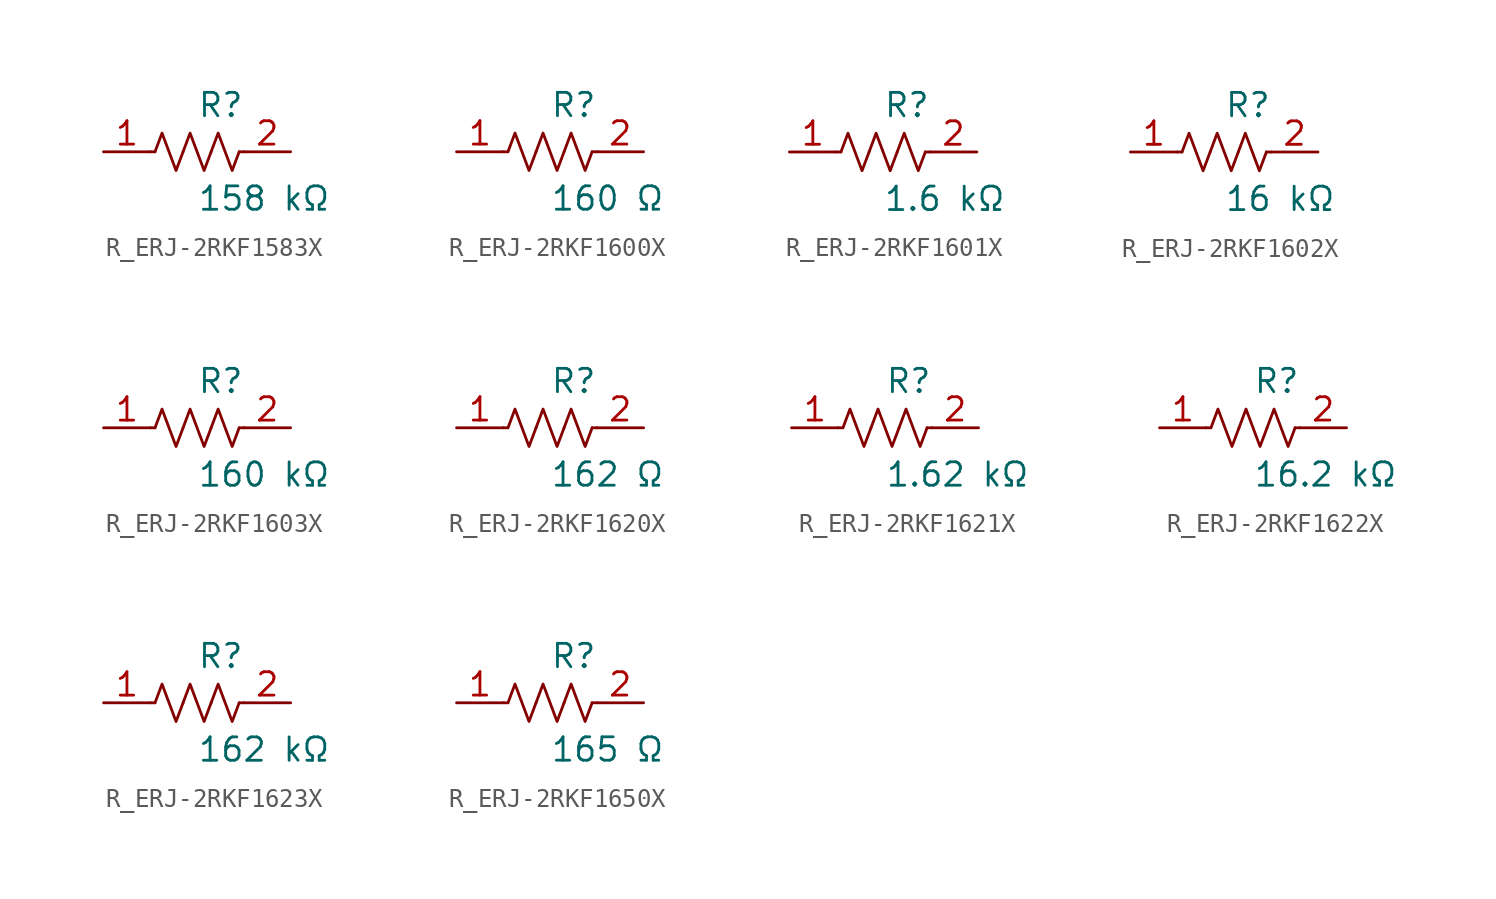
<source format=kicad_sym>
(kicad_symbol_lib
  (version 20231120)
  (generator kicad_symbol_editor)
  (generator_version 8.0)
  (symbol "R_ERJ-2RKF1583X"
    (pin_names
      (offset 0.254))
    (property "Reference" "R"
      (at 0 2.54 0)
      (effects (font (size 1.27 1.27)) (justify left)))
    (property "Value" "158 kΩ"
      (at 0 -2.54 0)
      (effects (font (size 1.27 1.27)) (justify left)))
    (symbol "R_ERJ-2RKF1583X_0_1"
      (polyline (pts (xy 2.286 0) (xy 2.54 0)) (stroke (width 0) (type default)) (fill (type none)))
      (polyline (pts (xy -2.286 0) (xy -2.54 0)) (stroke (width 0) (type default)) (fill (type none)))
      (polyline (pts (xy 0.762 0) (xy 1.143 1.016) (xy 1.524 0) (xy 1.905 -1.016) (xy 2.286 0)) (stroke (width 0) (type default)) (fill (type none)))
      (polyline (pts (xy -0.762 0) (xy -0.381 1.016) (xy 0 0) (xy 0.381 -1.016) (xy 0.762 0)) (stroke (width 0) (type default)) (fill (type none)))
      (polyline (pts (xy -2.286 0) (xy -1.905 1.016) (xy -1.524 0) (xy -1.143 -1.016) (xy -0.762 0)) (stroke (width 0) (type default)) (fill (type none))))
    (pin passive line
      (at -5.08 0 0)
      (length 2.54)
      (name "" (effects (font (size 1.27 1.27))))
      (number "1" (effects (font (size 1.27 1.27)))))
    (pin passive line
      (at 5.08 0 180)
      (length 2.54)
      (name "" (effects (font (size 1.27 1.27))))
      (number "2" (effects (font (size 1.27 1.27))))))
  (symbol "R_ERJ-2RKF1600X"
    (pin_names
      (offset 0.254))
    (property "Reference" "R"
      (at 0 2.54 0)
      (effects (font (size 1.27 1.27)) (justify left)))
    (property "Value" "160 Ω"
      (at 0 -2.54 0)
      (effects (font (size 1.27 1.27)) (justify left)))
    (symbol "R_ERJ-2RKF1600X_0_1"
      (polyline (pts (xy 2.286 0) (xy 2.54 0)) (stroke (width 0) (type default)) (fill (type none)))
      (polyline (pts (xy -2.286 0) (xy -2.54 0)) (stroke (width 0) (type default)) (fill (type none)))
      (polyline (pts (xy 0.762 0) (xy 1.143 1.016) (xy 1.524 0) (xy 1.905 -1.016) (xy 2.286 0)) (stroke (width 0) (type default)) (fill (type none)))
      (polyline (pts (xy -0.762 0) (xy -0.381 1.016) (xy 0 0) (xy 0.381 -1.016) (xy 0.762 0)) (stroke (width 0) (type default)) (fill (type none)))
      (polyline (pts (xy -2.286 0) (xy -1.905 1.016) (xy -1.524 0) (xy -1.143 -1.016) (xy -0.762 0)) (stroke (width 0) (type default)) (fill (type none))))
    (pin passive line
      (at -5.08 0 0)
      (length 2.54)
      (name "" (effects (font (size 1.27 1.27))))
      (number "1" (effects (font (size 1.27 1.27)))))
    (pin passive line
      (at 5.08 0 180)
      (length 2.54)
      (name "" (effects (font (size 1.27 1.27))))
      (number "2" (effects (font (size 1.27 1.27))))))
  (symbol "R_ERJ-2RKF1601X"
    (pin_names
      (offset 0.254))
    (property "Reference" "R"
      (at 0 2.54 0)
      (effects (font (size 1.27 1.27)) (justify left)))
    (property "Value" "1.6 kΩ"
      (at 0 -2.54 0)
      (effects (font (size 1.27 1.27)) (justify left)))
    (symbol "R_ERJ-2RKF1601X_0_1"
      (polyline (pts (xy 2.286 0) (xy 2.54 0)) (stroke (width 0) (type default)) (fill (type none)))
      (polyline (pts (xy -2.286 0) (xy -2.54 0)) (stroke (width 0) (type default)) (fill (type none)))
      (polyline (pts (xy 0.762 0) (xy 1.143 1.016) (xy 1.524 0) (xy 1.905 -1.016) (xy 2.286 0)) (stroke (width 0) (type default)) (fill (type none)))
      (polyline (pts (xy -0.762 0) (xy -0.381 1.016) (xy 0 0) (xy 0.381 -1.016) (xy 0.762 0)) (stroke (width 0) (type default)) (fill (type none)))
      (polyline (pts (xy -2.286 0) (xy -1.905 1.016) (xy -1.524 0) (xy -1.143 -1.016) (xy -0.762 0)) (stroke (width 0) (type default)) (fill (type none))))
    (pin passive line
      (at -5.08 0 0)
      (length 2.54)
      (name "" (effects (font (size 1.27 1.27))))
      (number "1" (effects (font (size 1.27 1.27)))))
    (pin passive line
      (at 5.08 0 180)
      (length 2.54)
      (name "" (effects (font (size 1.27 1.27))))
      (number "2" (effects (font (size 1.27 1.27))))))
  (symbol "R_ERJ-2RKF1602X"
    (pin_names
      (offset 0.254))
    (property "Reference" "R"
      (at 0 2.54 0)
      (effects (font (size 1.27 1.27)) (justify left)))
    (property "Value" "16 kΩ"
      (at 0 -2.54 0)
      (effects (font (size 1.27 1.27)) (justify left)))
    (symbol "R_ERJ-2RKF1602X_0_1"
      (polyline (pts (xy 2.286 0) (xy 2.54 0)) (stroke (width 0) (type default)) (fill (type none)))
      (polyline (pts (xy -2.286 0) (xy -2.54 0)) (stroke (width 0) (type default)) (fill (type none)))
      (polyline (pts (xy 0.762 0) (xy 1.143 1.016) (xy 1.524 0) (xy 1.905 -1.016) (xy 2.286 0)) (stroke (width 0) (type default)) (fill (type none)))
      (polyline (pts (xy -0.762 0) (xy -0.381 1.016) (xy 0 0) (xy 0.381 -1.016) (xy 0.762 0)) (stroke (width 0) (type default)) (fill (type none)))
      (polyline (pts (xy -2.286 0) (xy -1.905 1.016) (xy -1.524 0) (xy -1.143 -1.016) (xy -0.762 0)) (stroke (width 0) (type default)) (fill (type none))))
    (pin passive line
      (at -5.08 0 0)
      (length 2.54)
      (name "" (effects (font (size 1.27 1.27))))
      (number "1" (effects (font (size 1.27 1.27)))))
    (pin passive line
      (at 5.08 0 180)
      (length 2.54)
      (name "" (effects (font (size 1.27 1.27))))
      (number "2" (effects (font (size 1.27 1.27))))))
  (symbol "R_ERJ-2RKF1603X"
    (pin_names
      (offset 0.254))
    (property "Reference" "R"
      (at 0 2.54 0)
      (effects (font (size 1.27 1.27)) (justify left)))
    (property "Value" "160 kΩ"
      (at 0 -2.54 0)
      (effects (font (size 1.27 1.27)) (justify left)))
    (symbol "R_ERJ-2RKF1603X_0_1"
      (polyline (pts (xy 2.286 0) (xy 2.54 0)) (stroke (width 0) (type default)) (fill (type none)))
      (polyline (pts (xy -2.286 0) (xy -2.54 0)) (stroke (width 0) (type default)) (fill (type none)))
      (polyline (pts (xy 0.762 0) (xy 1.143 1.016) (xy 1.524 0) (xy 1.905 -1.016) (xy 2.286 0)) (stroke (width 0) (type default)) (fill (type none)))
      (polyline (pts (xy -0.762 0) (xy -0.381 1.016) (xy 0 0) (xy 0.381 -1.016) (xy 0.762 0)) (stroke (width 0) (type default)) (fill (type none)))
      (polyline (pts (xy -2.286 0) (xy -1.905 1.016) (xy -1.524 0) (xy -1.143 -1.016) (xy -0.762 0)) (stroke (width 0) (type default)) (fill (type none))))
    (pin passive line
      (at -5.08 0 0)
      (length 2.54)
      (name "" (effects (font (size 1.27 1.27))))
      (number "1" (effects (font (size 1.27 1.27)))))
    (pin passive line
      (at 5.08 0 180)
      (length 2.54)
      (name "" (effects (font (size 1.27 1.27))))
      (number "2" (effects (font (size 1.27 1.27))))))
  (symbol "R_ERJ-2RKF1620X"
    (pin_names
      (offset 0.254))
    (property "Reference" "R"
      (at 0 2.54 0)
      (effects (font (size 1.27 1.27)) (justify left)))
    (property "Value" "162 Ω"
      (at 0 -2.54 0)
      (effects (font (size 1.27 1.27)) (justify left)))
    (symbol "R_ERJ-2RKF1620X_0_1"
      (polyline (pts (xy 2.286 0) (xy 2.54 0)) (stroke (width 0) (type default)) (fill (type none)))
      (polyline (pts (xy -2.286 0) (xy -2.54 0)) (stroke (width 0) (type default)) (fill (type none)))
      (polyline (pts (xy 0.762 0) (xy 1.143 1.016) (xy 1.524 0) (xy 1.905 -1.016) (xy 2.286 0)) (stroke (width 0) (type default)) (fill (type none)))
      (polyline (pts (xy -0.762 0) (xy -0.381 1.016) (xy 0 0) (xy 0.381 -1.016) (xy 0.762 0)) (stroke (width 0) (type default)) (fill (type none)))
      (polyline (pts (xy -2.286 0) (xy -1.905 1.016) (xy -1.524 0) (xy -1.143 -1.016) (xy -0.762 0)) (stroke (width 0) (type default)) (fill (type none))))
    (pin passive line
      (at -5.08 0 0)
      (length 2.54)
      (name "" (effects (font (size 1.27 1.27))))
      (number "1" (effects (font (size 1.27 1.27)))))
    (pin passive line
      (at 5.08 0 180)
      (length 2.54)
      (name "" (effects (font (size 1.27 1.27))))
      (number "2" (effects (font (size 1.27 1.27))))))
  (symbol "R_ERJ-2RKF1621X"
    (pin_names
      (offset 0.254))
    (property "Reference" "R"
      (at 0 2.54 0)
      (effects (font (size 1.27 1.27)) (justify left)))
    (property "Value" "1.62 kΩ"
      (at 0 -2.54 0)
      (effects (font (size 1.27 1.27)) (justify left)))
    (symbol "R_ERJ-2RKF1621X_0_1"
      (polyline (pts (xy 2.286 0) (xy 2.54 0)) (stroke (width 0) (type default)) (fill (type none)))
      (polyline (pts (xy -2.286 0) (xy -2.54 0)) (stroke (width 0) (type default)) (fill (type none)))
      (polyline (pts (xy 0.762 0) (xy 1.143 1.016) (xy 1.524 0) (xy 1.905 -1.016) (xy 2.286 0)) (stroke (width 0) (type default)) (fill (type none)))
      (polyline (pts (xy -0.762 0) (xy -0.381 1.016) (xy 0 0) (xy 0.381 -1.016) (xy 0.762 0)) (stroke (width 0) (type default)) (fill (type none)))
      (polyline (pts (xy -2.286 0) (xy -1.905 1.016) (xy -1.524 0) (xy -1.143 -1.016) (xy -0.762 0)) (stroke (width 0) (type default)) (fill (type none))))
    (pin passive line
      (at -5.08 0 0)
      (length 2.54)
      (name "" (effects (font (size 1.27 1.27))))
      (number "1" (effects (font (size 1.27 1.27)))))
    (pin passive line
      (at 5.08 0 180)
      (length 2.54)
      (name "" (effects (font (size 1.27 1.27))))
      (number "2" (effects (font (size 1.27 1.27))))))
  (symbol "R_ERJ-2RKF1622X"
    (pin_names
      (offset 0.254))
    (property "Reference" "R"
      (at 0 2.54 0)
      (effects (font (size 1.27 1.27)) (justify left)))
    (property "Value" "16.2 kΩ"
      (at 0 -2.54 0)
      (effects (font (size 1.27 1.27)) (justify left)))
    (symbol "R_ERJ-2RKF1622X_0_1"
      (polyline (pts (xy 2.286 0) (xy 2.54 0)) (stroke (width 0) (type default)) (fill (type none)))
      (polyline (pts (xy -2.286 0) (xy -2.54 0)) (stroke (width 0) (type default)) (fill (type none)))
      (polyline (pts (xy 0.762 0) (xy 1.143 1.016) (xy 1.524 0) (xy 1.905 -1.016) (xy 2.286 0)) (stroke (width 0) (type default)) (fill (type none)))
      (polyline (pts (xy -0.762 0) (xy -0.381 1.016) (xy 0 0) (xy 0.381 -1.016) (xy 0.762 0)) (stroke (width 0) (type default)) (fill (type none)))
      (polyline (pts (xy -2.286 0) (xy -1.905 1.016) (xy -1.524 0) (xy -1.143 -1.016) (xy -0.762 0)) (stroke (width 0) (type default)) (fill (type none))))
    (pin passive line
      (at -5.08 0 0)
      (length 2.54)
      (name "" (effects (font (size 1.27 1.27))))
      (number "1" (effects (font (size 1.27 1.27)))))
    (pin passive line
      (at 5.08 0 180)
      (length 2.54)
      (name "" (effects (font (size 1.27 1.27))))
      (number "2" (effects (font (size 1.27 1.27))))))
  (symbol "R_ERJ-2RKF1623X"
    (pin_names
      (offset 0.254))
    (property "Reference" "R"
      (at 0 2.54 0)
      (effects (font (size 1.27 1.27)) (justify left)))
    (property "Value" "162 kΩ"
      (at 0 -2.54 0)
      (effects (font (size 1.27 1.27)) (justify left)))
    (symbol "R_ERJ-2RKF1623X_0_1"
      (polyline (pts (xy 2.286 0) (xy 2.54 0)) (stroke (width 0) (type default)) (fill (type none)))
      (polyline (pts (xy -2.286 0) (xy -2.54 0)) (stroke (width 0) (type default)) (fill (type none)))
      (polyline (pts (xy 0.762 0) (xy 1.143 1.016) (xy 1.524 0) (xy 1.905 -1.016) (xy 2.286 0)) (stroke (width 0) (type default)) (fill (type none)))
      (polyline (pts (xy -0.762 0) (xy -0.381 1.016) (xy 0 0) (xy 0.381 -1.016) (xy 0.762 0)) (stroke (width 0) (type default)) (fill (type none)))
      (polyline (pts (xy -2.286 0) (xy -1.905 1.016) (xy -1.524 0) (xy -1.143 -1.016) (xy -0.762 0)) (stroke (width 0) (type default)) (fill (type none))))
    (pin passive line
      (at -5.08 0 0)
      (length 2.54)
      (name "" (effects (font (size 1.27 1.27))))
      (number "1" (effects (font (size 1.27 1.27)))))
    (pin passive line
      (at 5.08 0 180)
      (length 2.54)
      (name "" (effects (font (size 1.27 1.27))))
      (number "2" (effects (font (size 1.27 1.27))))))
  (symbol "R_ERJ-2RKF1650X"
    (pin_names
      (offset 0.254))
    (property "Reference" "R"
      (at 0 2.54 0)
      (effects (font (size 1.27 1.27)) (justify left)))
    (property "Value" "165 Ω"
      (at 0 -2.54 0)
      (effects (font (size 1.27 1.27)) (justify left)))
    (symbol "R_ERJ-2RKF1650X_0_1"
      (polyline (pts (xy 2.286 0) (xy 2.54 0)) (stroke (width 0) (type default)) (fill (type none)))
      (polyline (pts (xy -2.286 0) (xy -2.54 0)) (stroke (width 0) (type default)) (fill (type none)))
      (polyline (pts (xy 0.762 0) (xy 1.143 1.016) (xy 1.524 0) (xy 1.905 -1.016) (xy 2.286 0)) (stroke (width 0) (type default)) (fill (type none)))
      (polyline (pts (xy -0.762 0) (xy -0.381 1.016) (xy 0 0) (xy 0.381 -1.016) (xy 0.762 0)) (stroke (width 0) (type default)) (fill (type none)))
      (polyline (pts (xy -2.286 0) (xy -1.905 1.016) (xy -1.524 0) (xy -1.143 -1.016) (xy -0.762 0)) (stroke (width 0) (type default)) (fill (type none))))
    (pin passive line
      (at -5.08 0 0)
      (length 2.54)
      (name "" (effects (font (size 1.27 1.27))))
      (number "1" (effects (font (size 1.27 1.27)))))
    (pin passive line
      (at 5.08 0 180)
      (length 2.54)
      (name "" (effects (font (size 1.27 1.27))))
      (number "2" (effects (font (size 1.27 1.27)))))))
</source>
